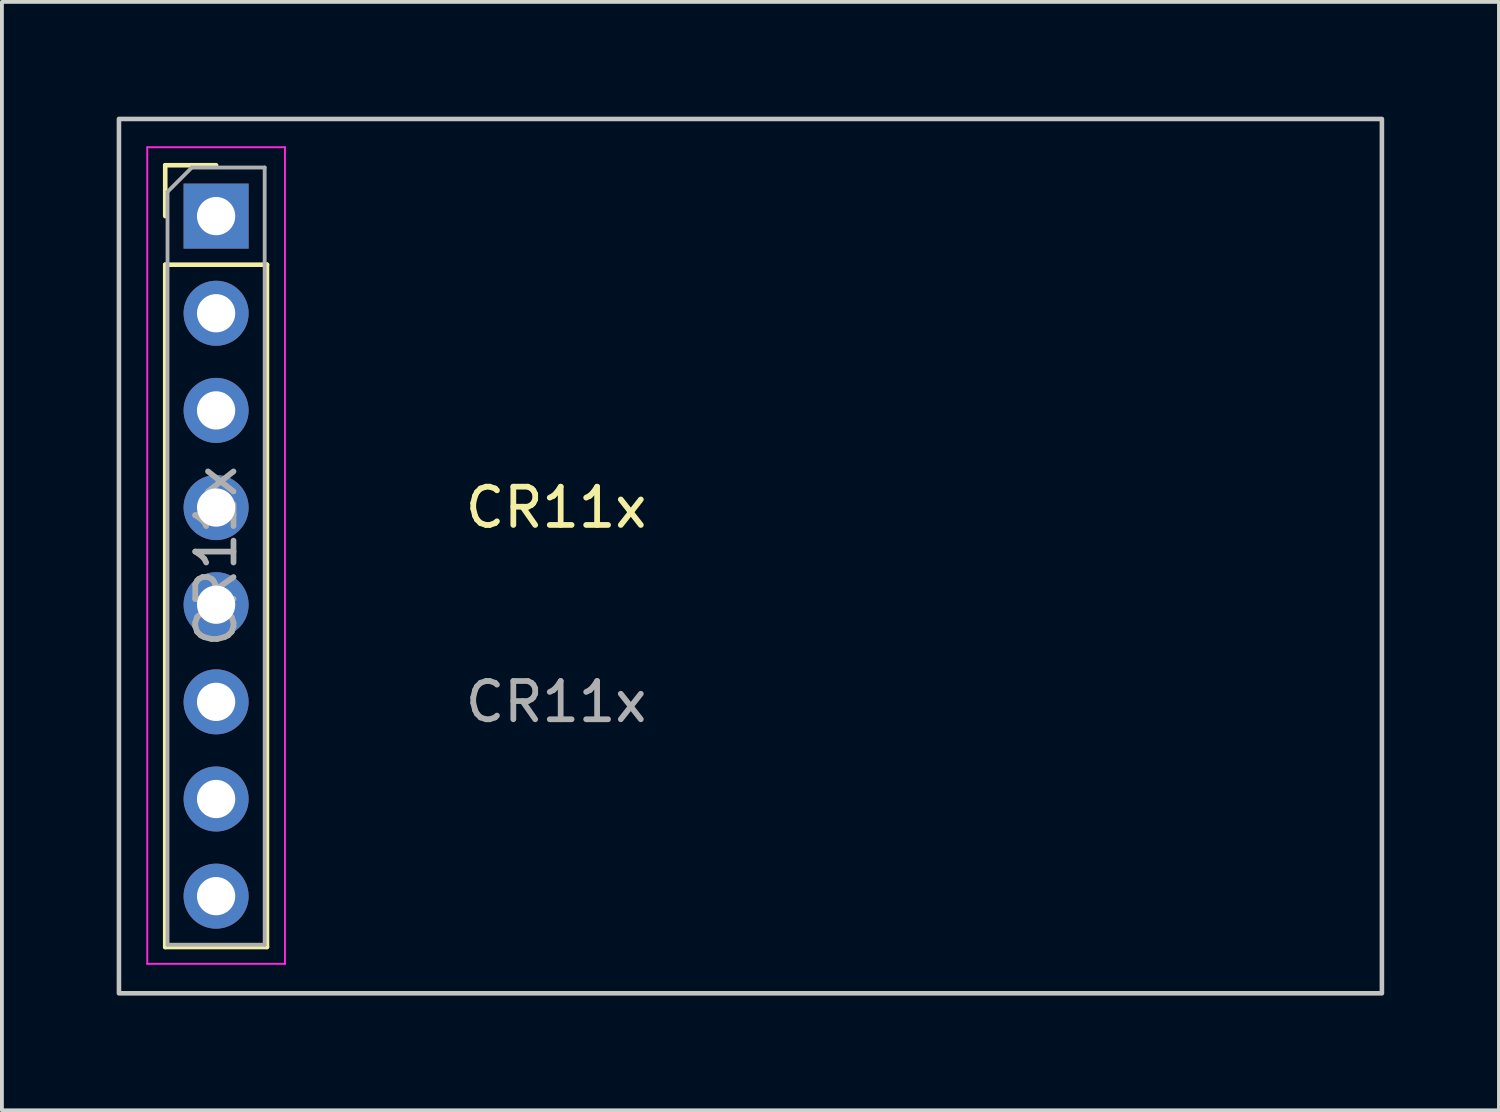
<source format=kicad_pcb>
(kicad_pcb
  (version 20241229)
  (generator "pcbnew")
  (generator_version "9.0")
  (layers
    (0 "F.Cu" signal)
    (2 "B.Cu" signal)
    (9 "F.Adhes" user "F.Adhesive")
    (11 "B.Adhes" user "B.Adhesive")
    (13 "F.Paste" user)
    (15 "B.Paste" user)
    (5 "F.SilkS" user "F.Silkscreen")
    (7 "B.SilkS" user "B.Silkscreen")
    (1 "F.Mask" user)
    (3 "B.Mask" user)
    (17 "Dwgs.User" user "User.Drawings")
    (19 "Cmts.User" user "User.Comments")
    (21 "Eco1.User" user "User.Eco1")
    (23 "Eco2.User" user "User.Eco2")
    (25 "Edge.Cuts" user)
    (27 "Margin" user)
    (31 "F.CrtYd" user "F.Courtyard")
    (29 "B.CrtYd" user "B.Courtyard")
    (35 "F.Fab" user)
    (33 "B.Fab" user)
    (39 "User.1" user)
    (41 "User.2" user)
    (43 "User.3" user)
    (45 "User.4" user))
  (footprint "CR11x"
    (layer "F.Cu")
    (at 2.6 11.49)
    (property "Reference" "CR11x" (at 8.89 -1.27 0) (unlocked yes) (layer "F.SilkS") (effects (font (size 1 1) (thickness 0.15))))
    (attr through_hole)
    (fp_line (start -1.33 -10.22) (end 0 -10.22) (stroke (width 0.12) (type solid)) (layer "F.SilkS"))
    (fp_line (start -1.33 -8.89) (end -1.33 -10.22) (stroke (width 0.12) (type solid)) (layer "F.SilkS"))
    (fp_line (start -1.33 -7.62) (end -1.33 10.22) (stroke (width 0.12) (type solid)) (layer "F.SilkS"))
    (fp_line (start -1.33 -7.62) (end 1.33 -7.62) (stroke (width 0.12) (type solid)) (layer "F.SilkS"))
    (fp_line (start -1.33 10.22) (end 1.33 10.22) (stroke (width 0.12) (type solid)) (layer "F.SilkS"))
    (fp_line (start 1.33 -7.62) (end 1.33 10.22) (stroke (width 0.12) (type solid)) (layer "F.SilkS"))
    (fp_rect (start -2.54 -11.43) (end 30.48 11.43) (stroke (width 0.12) (type solid)) (fill no) (layer "Dwgs.User"))
    (fp_line (start -1.8 -10.69) (end -1.8 10.66) (stroke (width 0.05) (type solid)) (layer "F.CrtYd"))
    (fp_line (start -1.8 10.66) (end 1.8 10.66) (stroke (width 0.05) (type solid)) (layer "F.CrtYd"))
    (fp_line (start 1.8 -10.69) (end -1.8 -10.69) (stroke (width 0.05) (type solid)) (layer "F.CrtYd"))
    (fp_line (start 1.8 10.66) (end 1.8 -10.69) (stroke (width 0.05) (type solid)) (layer "F.CrtYd"))
    (fp_line (start -1.27 -9.525) (end -0.635 -10.16) (stroke (width 0.1) (type solid)) (layer "F.Fab"))
    (fp_line (start -1.27 10.16) (end -1.27 -9.525) (stroke (width 0.1) (type solid)) (layer "F.Fab"))
    (fp_line (start -0.635 -10.16) (end 1.27 -10.16) (stroke (width 0.1) (type solid)) (layer "F.Fab"))
    (fp_line (start 1.27 -10.16) (end 1.27 10.16) (stroke (width 0.1) (type solid)) (layer "F.Fab"))
    (fp_line (start 1.27 10.16) (end -1.27 10.16) (stroke (width 0.1) (type solid)) (layer "F.Fab"))
    (fp_text user "${REFERENCE}" (at 8.89 3.81 0) (unlocked yes) (layer "F.Fab") (effects (font (size 1 1) (thickness 0.15))))
    (fp_text user "${REFERENCE}" (at 0 0 90) (layer "F.Fab") (effects (font (size 1 1) (thickness 0.15))))
    (pad "1" thru_hole rect (at 0 -8.89) (size 1.7 1.7) (drill 1) (layers "*.Cu" "*.Mask"))
    (pad "2" thru_hole oval (at 0 -6.35) (size 1.7 1.7) (drill 1) (layers "*.Cu" "*.Mask"))
    (pad "3" thru_hole oval (at 0 -3.81) (size 1.7 1.7) (drill 1) (layers "*.Cu" "*.Mask"))
    (pad "4" thru_hole oval (at 0 -1.27) (size 1.7 1.7) (drill 1) (layers "*.Cu" "*.Mask"))
    (pad "5" thru_hole oval (at 0 1.27) (size 1.7 1.7) (drill 1) (layers "*.Cu" "*.Mask"))
    (pad "6" thru_hole oval (at 0 3.81) (size 1.7 1.7) (drill 1) (layers "*.Cu" "*.Mask"))
    (pad "7" thru_hole oval (at 0 6.35) (size 1.7 1.7) (drill 1) (layers "*.Cu" "*.Mask"))
    (pad "8" thru_hole oval (at 0 8.89) (size 1.7 1.7) (drill 1) (layers "*.Cu" "*.Mask")))
  (gr_rect
    (start -3 -3)
    (end 36.14 25.98)
    (stroke (width 0.1) (type default))
    (fill no)
    (layer "Edge.Cuts")))
</source>
